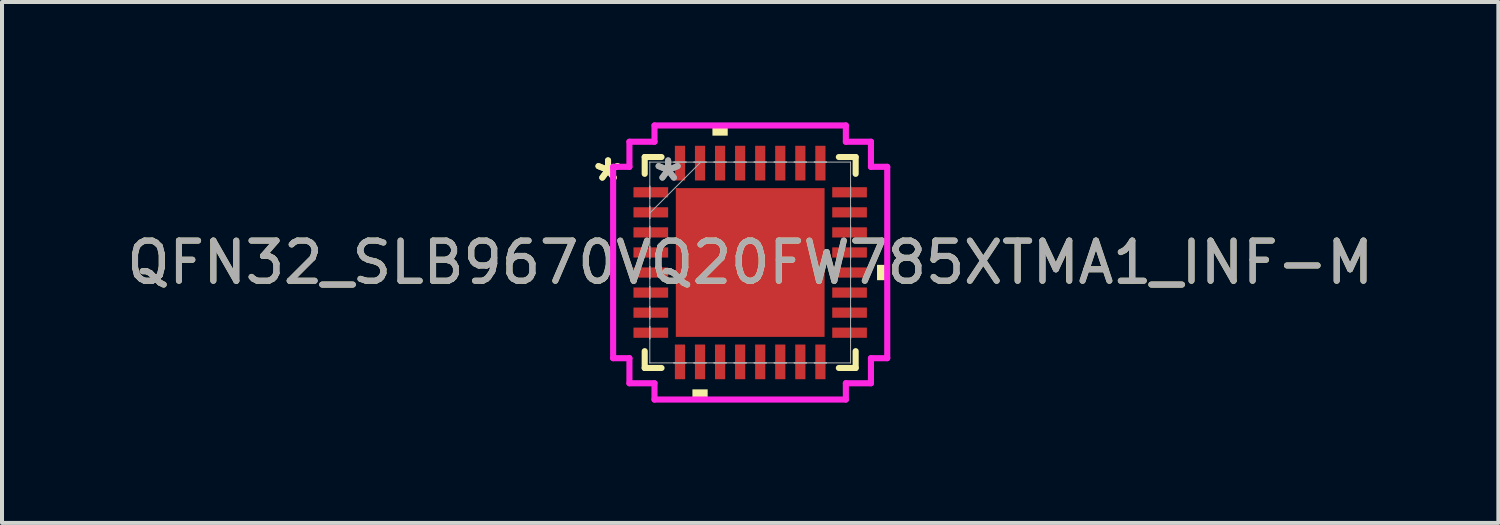
<source format=kicad_pcb>
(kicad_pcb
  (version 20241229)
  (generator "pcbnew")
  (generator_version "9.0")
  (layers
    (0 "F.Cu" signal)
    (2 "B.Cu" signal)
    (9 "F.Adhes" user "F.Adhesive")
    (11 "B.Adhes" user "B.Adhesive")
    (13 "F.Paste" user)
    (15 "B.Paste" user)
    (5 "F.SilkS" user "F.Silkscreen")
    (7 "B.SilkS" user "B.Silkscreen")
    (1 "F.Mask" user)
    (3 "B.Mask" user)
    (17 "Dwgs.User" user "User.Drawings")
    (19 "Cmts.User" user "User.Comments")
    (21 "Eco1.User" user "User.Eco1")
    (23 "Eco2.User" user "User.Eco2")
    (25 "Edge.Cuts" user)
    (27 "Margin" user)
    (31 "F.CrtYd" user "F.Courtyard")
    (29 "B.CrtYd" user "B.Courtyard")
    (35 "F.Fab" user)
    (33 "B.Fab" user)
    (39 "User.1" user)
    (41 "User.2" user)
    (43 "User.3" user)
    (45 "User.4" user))
  (footprint "QFN32_SLB9670VQ20FW785XTMA1_INF-M"
    (layer "F.Cu")
    (at 15.649 3.493)
    (property "Reference" "QFN32_SLB9670VQ20FW785XTMA1_INF-M" (at 0 0 0) (unlocked yes) (layer "F.SilkS") (effects (font (size 1 1) (thickness 0.15))))
    (attr smd)
    (fp_line (start -2.629 -2.629) (end -2.629 -2.21) (stroke (width 0.152) (type solid)) (layer "F.SilkS"))
    (fp_line (start -2.629 2.21) (end -2.629 2.629) (stroke (width 0.152) (type solid)) (layer "F.SilkS"))
    (fp_line (start -2.629 2.629) (end -2.21 2.629) (stroke (width 0.152) (type solid)) (layer "F.SilkS"))
    (fp_line (start -2.21 -2.629) (end -2.629 -2.629) (stroke (width 0.152) (type solid)) (layer "F.SilkS"))
    (fp_line (start 2.21 2.629) (end 2.629 2.629) (stroke (width 0.152) (type solid)) (layer "F.SilkS"))
    (fp_line (start 2.629 -2.629) (end 2.21 -2.629) (stroke (width 0.152) (type solid)) (layer "F.SilkS"))
    (fp_line (start 2.629 -2.21) (end 2.629 -2.629) (stroke (width 0.152) (type solid)) (layer "F.SilkS"))
    (fp_line (start 2.629 2.629) (end 2.629 2.21) (stroke (width 0.152) (type solid)) (layer "F.SilkS"))
    (fp_poly (pts (xy -1.44 3.162) (xy -1.44 3.416) (xy -1.06 3.416) (xy -1.06 3.162)) (stroke (width 0) (type solid)) (fill yes) (layer "F.SilkS"))
    (fp_poly (pts (xy -0.941 -3.162) (xy -0.941 -3.416) (xy -0.56 -3.416) (xy -0.56 -3.162)) (stroke (width 0) (type solid)) (fill yes) (layer "F.SilkS"))
    (fp_poly (pts (xy 3.416 0.059) (xy 3.416 0.441) (xy 3.162 0.441) (xy 3.162 0.059)) (stroke (width 0) (type solid)) (fill yes) (layer "F.SilkS"))
    (fp_poly (pts (xy -1.754 -1.754) (xy -1.754 -0.1) (xy -0.1 -0.1) (xy -0.1 -1.754)) (stroke (width 0) (type solid)) (fill yes) (layer "F.Paste"))
    (fp_poly (pts (xy -1.754 0.1) (xy -1.754 1.754) (xy -0.1 1.754) (xy -0.1 0.1)) (stroke (width 0) (type solid)) (fill yes) (layer "F.Paste"))
    (fp_poly (pts (xy 0.1 -1.754) (xy 0.1 -0.1) (xy 1.754 -0.1) (xy 1.754 -1.754)) (stroke (width 0) (type solid)) (fill yes) (layer "F.Paste"))
    (fp_poly (pts (xy 0.1 0.1) (xy 0.1 1.754) (xy 1.754 1.754) (xy 1.754 0.1)) (stroke (width 0) (type solid)) (fill yes) (layer "F.Paste"))
    (fp_line (start -3.416 -2.385) (end -3.01 -2.385) (stroke (width 0.152) (type solid)) (layer "F.CrtYd"))
    (fp_line (start -3.416 2.385) (end -3.416 -2.385) (stroke (width 0.152) (type solid)) (layer "F.CrtYd"))
    (fp_line (start -3.01 -3.01) (end -2.385 -3.01) (stroke (width 0.152) (type solid)) (layer "F.CrtYd"))
    (fp_line (start -3.01 -2.385) (end -3.01 -3.01) (stroke (width 0.152) (type solid)) (layer "F.CrtYd"))
    (fp_line (start -3.01 2.385) (end -3.416 2.385) (stroke (width 0.152) (type solid)) (layer "F.CrtYd"))
    (fp_line (start -3.01 3.01) (end -3.01 2.385) (stroke (width 0.152) (type solid)) (layer "F.CrtYd"))
    (fp_line (start -2.385 -3.416) (end 2.385 -3.416) (stroke (width 0.152) (type solid)) (layer "F.CrtYd"))
    (fp_line (start -2.385 -3.01) (end -2.385 -3.416) (stroke (width 0.152) (type solid)) (layer "F.CrtYd"))
    (fp_line (start -2.385 3.01) (end -3.01 3.01) (stroke (width 0.152) (type solid)) (layer "F.CrtYd"))
    (fp_line (start -2.385 3.416) (end -2.385 3.01) (stroke (width 0.152) (type solid)) (layer "F.CrtYd"))
    (fp_line (start 2.385 -3.416) (end 2.385 -3.01) (stroke (width 0.152) (type solid)) (layer "F.CrtYd"))
    (fp_line (start 2.385 -3.01) (end 3.01 -3.01) (stroke (width 0.152) (type solid)) (layer "F.CrtYd"))
    (fp_line (start 2.385 3.01) (end 2.385 3.416) (stroke (width 0.152) (type solid)) (layer "F.CrtYd"))
    (fp_line (start 2.385 3.416) (end -2.385 3.416) (stroke (width 0.152) (type solid)) (layer "F.CrtYd"))
    (fp_line (start 3.01 -3.01) (end 3.01 -2.385) (stroke (width 0.152) (type solid)) (layer "F.CrtYd"))
    (fp_line (start 3.01 -2.385) (end 3.416 -2.385) (stroke (width 0.152) (type solid)) (layer "F.CrtYd"))
    (fp_line (start 3.01 2.385) (end 3.01 3.01) (stroke (width 0.152) (type solid)) (layer "F.CrtYd"))
    (fp_line (start 3.01 3.01) (end 2.385 3.01) (stroke (width 0.152) (type solid)) (layer "F.CrtYd"))
    (fp_line (start 3.416 -2.385) (end 3.416 2.385) (stroke (width 0.152) (type solid)) (layer "F.CrtYd"))
    (fp_line (start 3.416 2.385) (end 3.01 2.385) (stroke (width 0.152) (type solid)) (layer "F.CrtYd"))
    (fp_line (start -2.502 -2.502) (end -2.502 -2.502) (stroke (width 0.025) (type solid)) (layer "F.Fab"))
    (fp_line (start -2.502 -2.502) (end -2.502 2.502) (stroke (width 0.025) (type solid)) (layer "F.Fab"))
    (fp_line (start -2.502 -1.902) (end -2.502 -1.902) (stroke (width 0.025) (type solid)) (layer "F.Fab"))
    (fp_line (start -2.502 -1.902) (end -2.502 -1.598) (stroke (width 0.025) (type solid)) (layer "F.Fab"))
    (fp_line (start -2.502 -1.598) (end -2.502 -1.902) (stroke (width 0.025) (type solid)) (layer "F.Fab"))
    (fp_line (start -2.502 -1.598) (end -2.502 -1.598) (stroke (width 0.025) (type solid)) (layer "F.Fab"))
    (fp_line (start -2.502 -1.402) (end -2.502 -1.402) (stroke (width 0.025) (type solid)) (layer "F.Fab"))
    (fp_line (start -2.502 -1.402) (end -2.502 -1.098) (stroke (width 0.025) (type solid)) (layer "F.Fab"))
    (fp_line (start -2.502 -1.232) (end -1.232 -2.502) (stroke (width 0.025) (type solid)) (layer "F.Fab"))
    (fp_line (start -2.502 -1.098) (end -2.502 -1.402) (stroke (width 0.025) (type solid)) (layer "F.Fab"))
    (fp_line (start -2.502 -1.098) (end -2.502 -1.098) (stroke (width 0.025) (type solid)) (layer "F.Fab"))
    (fp_line (start -2.502 -0.902) (end -2.502 -0.902) (stroke (width 0.025) (type solid)) (layer "F.Fab"))
    (fp_line (start -2.502 -0.902) (end -2.502 -0.598) (stroke (width 0.025) (type solid)) (layer "F.Fab"))
    (fp_line (start -2.502 -0.598) (end -2.502 -0.902) (stroke (width 0.025) (type solid)) (layer "F.Fab"))
    (fp_line (start -2.502 -0.598) (end -2.502 -0.598) (stroke (width 0.025) (type solid)) (layer "F.Fab"))
    (fp_line (start -2.502 -0.402) (end -2.502 -0.402) (stroke (width 0.025) (type solid)) (layer "F.Fab"))
    (fp_line (start -2.502 -0.402) (end -2.502 -0.098) (stroke (width 0.025) (type solid)) (layer "F.Fab"))
    (fp_line (start -2.502 -0.098) (end -2.502 -0.402) (stroke (width 0.025) (type solid)) (layer "F.Fab"))
    (fp_line (start -2.502 -0.098) (end -2.502 -0.098) (stroke (width 0.025) (type solid)) (layer "F.Fab"))
    (fp_line (start -2.502 0.098) (end -2.502 0.098) (stroke (width 0.025) (type solid)) (layer "F.Fab"))
    (fp_line (start -2.502 0.098) (end -2.502 0.402) (stroke (width 0.025) (type solid)) (layer "F.Fab"))
    (fp_line (start -2.502 0.402) (end -2.502 0.098) (stroke (width 0.025) (type solid)) (layer "F.Fab"))
    (fp_line (start -2.502 0.402) (end -2.502 0.402) (stroke (width 0.025) (type solid)) (layer "F.Fab"))
    (fp_line (start -2.502 0.598) (end -2.502 0.598) (stroke (width 0.025) (type solid)) (layer "F.Fab"))
    (fp_line (start -2.502 0.598) (end -2.502 0.902) (stroke (width 0.025) (type solid)) (layer "F.Fab"))
    (fp_line (start -2.502 0.902) (end -2.502 0.598) (stroke (width 0.025) (type solid)) (layer "F.Fab"))
    (fp_line (start -2.502 0.902) (end -2.502 0.902) (stroke (width 0.025) (type solid)) (layer "F.Fab"))
    (fp_line (start -2.502 1.098) (end -2.502 1.098) (stroke (width 0.025) (type solid)) (layer "F.Fab"))
    (fp_line (start -2.502 1.098) (end -2.502 1.402) (stroke (width 0.025) (type solid)) (layer "F.Fab"))
    (fp_line (start -2.502 1.402) (end -2.502 1.098) (stroke (width 0.025) (type solid)) (layer "F.Fab"))
    (fp_line (start -2.502 1.402) (end -2.502 1.402) (stroke (width 0.025) (type solid)) (layer "F.Fab"))
    (fp_line (start -2.502 1.598) (end -2.502 1.598) (stroke (width 0.025) (type solid)) (layer "F.Fab"))
    (fp_line (start -2.502 1.598) (end -2.502 1.902) (stroke (width 0.025) (type solid)) (layer "F.Fab"))
    (fp_line (start -2.502 1.902) (end -2.502 1.598) (stroke (width 0.025) (type solid)) (layer "F.Fab"))
    (fp_line (start -2.502 1.902) (end -2.502 1.902) (stroke (width 0.025) (type solid)) (layer "F.Fab"))
    (fp_line (start -2.502 2.502) (end -2.502 2.502) (stroke (width 0.025) (type solid)) (layer "F.Fab"))
    (fp_line (start -2.502 2.502) (end 2.502 2.502) (stroke (width 0.025) (type solid)) (layer "F.Fab"))
    (fp_line (start -1.902 -2.502) (end -1.902 -2.502) (stroke (width 0.025) (type solid)) (layer "F.Fab"))
    (fp_line (start -1.902 -2.502) (end -1.598 -2.502) (stroke (width 0.025) (type solid)) (layer "F.Fab"))
    (fp_line (start -1.902 2.502) (end -1.902 2.502) (stroke (width 0.025) (type solid)) (layer "F.Fab"))
    (fp_line (start -1.902 2.502) (end -1.598 2.502) (stroke (width 0.025) (type solid)) (layer "F.Fab"))
    (fp_line (start -1.598 -2.502) (end -1.902 -2.502) (stroke (width 0.025) (type solid)) (layer "F.Fab"))
    (fp_line (start -1.598 -2.502) (end -1.598 -2.502) (stroke (width 0.025) (type solid)) (layer "F.Fab"))
    (fp_line (start -1.598 2.502) (end -1.902 2.502) (stroke (width 0.025) (type solid)) (layer "F.Fab"))
    (fp_line (start -1.598 2.502) (end -1.598 2.502) (stroke (width 0.025) (type solid)) (layer "F.Fab"))
    (fp_line (start -1.402 -2.502) (end -1.402 -2.502) (stroke (width 0.025) (type solid)) (layer "F.Fab"))
    (fp_line (start -1.402 -2.502) (end -1.098 -2.502) (stroke (width 0.025) (type solid)) (layer "F.Fab"))
    (fp_line (start -1.402 2.502) (end -1.402 2.502) (stroke (width 0.025) (type solid)) (layer "F.Fab"))
    (fp_line (start -1.402 2.502) (end -1.098 2.502) (stroke (width 0.025) (type solid)) (layer "F.Fab"))
    (fp_line (start -1.098 -2.502) (end -1.402 -2.502) (stroke (width 0.025) (type solid)) (layer "F.Fab"))
    (fp_line (start -1.098 -2.502) (end -1.098 -2.502) (stroke (width 0.025) (type solid)) (layer "F.Fab"))
    (fp_line (start -1.098 2.502) (end -1.402 2.502) (stroke (width 0.025) (type solid)) (layer "F.Fab"))
    (fp_line (start -1.098 2.502) (end -1.098 2.502) (stroke (width 0.025) (type solid)) (layer "F.Fab"))
    (fp_line (start -0.902 -2.502) (end -0.902 -2.502) (stroke (width 0.025) (type solid)) (layer "F.Fab"))
    (fp_line (start -0.902 -2.502) (end -0.598 -2.502) (stroke (width 0.025) (type solid)) (layer "F.Fab"))
    (fp_line (start -0.902 2.502) (end -0.902 2.502) (stroke (width 0.025) (type solid)) (layer "F.Fab"))
    (fp_line (start -0.902 2.502) (end -0.598 2.502) (stroke (width 0.025) (type solid)) (layer "F.Fab"))
    (fp_line (start -0.598 -2.502) (end -0.902 -2.502) (stroke (width 0.025) (type solid)) (layer "F.Fab"))
    (fp_line (start -0.598 -2.502) (end -0.598 -2.502) (stroke (width 0.025) (type solid)) (layer "F.Fab"))
    (fp_line (start -0.598 2.502) (end -0.902 2.502) (stroke (width 0.025) (type solid)) (layer "F.Fab"))
    (fp_line (start -0.598 2.502) (end -0.598 2.502) (stroke (width 0.025) (type solid)) (layer "F.Fab"))
    (fp_line (start -0.402 -2.502) (end -0.402 -2.502) (stroke (width 0.025) (type solid)) (layer "F.Fab"))
    (fp_line (start -0.402 -2.502) (end -0.098 -2.502) (stroke (width 0.025) (type solid)) (layer "F.Fab"))
    (fp_line (start -0.402 2.502) (end -0.402 2.502) (stroke (width 0.025) (type solid)) (layer "F.Fab"))
    (fp_line (start -0.402 2.502) (end -0.098 2.502) (stroke (width 0.025) (type solid)) (layer "F.Fab"))
    (fp_line (start -0.098 -2.502) (end -0.402 -2.502) (stroke (width 0.025) (type solid)) (layer "F.Fab"))
    (fp_line (start -0.098 -2.502) (end -0.098 -2.502) (stroke (width 0.025) (type solid)) (layer "F.Fab"))
    (fp_line (start -0.098 2.502) (end -0.402 2.502) (stroke (width 0.025) (type solid)) (layer "F.Fab"))
    (fp_line (start -0.098 2.502) (end -0.098 2.502) (stroke (width 0.025) (type solid)) (layer "F.Fab"))
    (fp_line (start 0.098 -2.502) (end 0.098 -2.502) (stroke (width 0.025) (type solid)) (layer "F.Fab"))
    (fp_line (start 0.098 -2.502) (end 0.402 -2.502) (stroke (width 0.025) (type solid)) (layer "F.Fab"))
    (fp_line (start 0.098 2.502) (end 0.098 2.502) (stroke (width 0.025) (type solid)) (layer "F.Fab"))
    (fp_line (start 0.098 2.502) (end 0.402 2.502) (stroke (width 0.025) (type solid)) (layer "F.Fab"))
    (fp_line (start 0.402 -2.502) (end 0.098 -2.502) (stroke (width 0.025) (type solid)) (layer "F.Fab"))
    (fp_line (start 0.402 -2.502) (end 0.402 -2.502) (stroke (width 0.025) (type solid)) (layer "F.Fab"))
    (fp_line (start 0.402 2.502) (end 0.098 2.502) (stroke (width 0.025) (type solid)) (layer "F.Fab"))
    (fp_line (start 0.402 2.502) (end 0.402 2.502) (stroke (width 0.025) (type solid)) (layer "F.Fab"))
    (fp_line (start 0.598 -2.502) (end 0.598 -2.502) (stroke (width 0.025) (type solid)) (layer "F.Fab"))
    (fp_line (start 0.598 -2.502) (end 0.902 -2.502) (stroke (width 0.025) (type solid)) (layer "F.Fab"))
    (fp_line (start 0.598 2.502) (end 0.598 2.502) (stroke (width 0.025) (type solid)) (layer "F.Fab"))
    (fp_line (start 0.598 2.502) (end 0.902 2.502) (stroke (width 0.025) (type solid)) (layer "F.Fab"))
    (fp_line (start 0.902 -2.502) (end 0.598 -2.502) (stroke (width 0.025) (type solid)) (layer "F.Fab"))
    (fp_line (start 0.902 -2.502) (end 0.902 -2.502) (stroke (width 0.025) (type solid)) (layer "F.Fab"))
    (fp_line (start 0.902 2.502) (end 0.598 2.502) (stroke (width 0.025) (type solid)) (layer "F.Fab"))
    (fp_line (start 0.902 2.502) (end 0.902 2.502) (stroke (width 0.025) (type solid)) (layer "F.Fab"))
    (fp_line (start 1.098 -2.502) (end 1.098 -2.502) (stroke (width 0.025) (type solid)) (layer "F.Fab"))
    (fp_line (start 1.098 -2.502) (end 1.402 -2.502) (stroke (width 0.025) (type solid)) (layer "F.Fab"))
    (fp_line (start 1.098 2.502) (end 1.098 2.502) (stroke (width 0.025) (type solid)) (layer "F.Fab"))
    (fp_line (start 1.098 2.502) (end 1.402 2.502) (stroke (width 0.025) (type solid)) (layer "F.Fab"))
    (fp_line (start 1.402 -2.502) (end 1.098 -2.502) (stroke (width 0.025) (type solid)) (layer "F.Fab"))
    (fp_line (start 1.402 -2.502) (end 1.402 -2.502) (stroke (width 0.025) (type solid)) (layer "F.Fab"))
    (fp_line (start 1.402 2.502) (end 1.098 2.502) (stroke (width 0.025) (type solid)) (layer "F.Fab"))
    (fp_line (start 1.402 2.502) (end 1.402 2.502) (stroke (width 0.025) (type solid)) (layer "F.Fab"))
    (fp_line (start 1.598 -2.502) (end 1.598 -2.502) (stroke (width 0.025) (type solid)) (layer "F.Fab"))
    (fp_line (start 1.598 -2.502) (end 1.902 -2.502) (stroke (width 0.025) (type solid)) (layer "F.Fab"))
    (fp_line (start 1.598 2.502) (end 1.598 2.502) (stroke (width 0.025) (type solid)) (layer "F.Fab"))
    (fp_line (start 1.598 2.502) (end 1.902 2.502) (stroke (width 0.025) (type solid)) (layer "F.Fab"))
    (fp_line (start 1.902 -2.502) (end 1.598 -2.502) (stroke (width 0.025) (type solid)) (layer "F.Fab"))
    (fp_line (start 1.902 -2.502) (end 1.902 -2.502) (stroke (width 0.025) (type solid)) (layer "F.Fab"))
    (fp_line (start 1.902 2.502) (end 1.598 2.502) (stroke (width 0.025) (type solid)) (layer "F.Fab"))
    (fp_line (start 1.902 2.502) (end 1.902 2.502) (stroke (width 0.025) (type solid)) (layer "F.Fab"))
    (fp_line (start 2.502 -2.502) (end -2.502 -2.502) (stroke (width 0.025) (type solid)) (layer "F.Fab"))
    (fp_line (start 2.502 -2.502) (end 2.502 -2.502) (stroke (width 0.025) (type solid)) (layer "F.Fab"))
    (fp_line (start 2.502 -1.902) (end 2.502 -1.902) (stroke (width 0.025) (type solid)) (layer "F.Fab"))
    (fp_line (start 2.502 -1.902) (end 2.502 -1.598) (stroke (width 0.025) (type solid)) (layer "F.Fab"))
    (fp_line (start 2.502 -1.598) (end 2.502 -1.902) (stroke (width 0.025) (type solid)) (layer "F.Fab"))
    (fp_line (start 2.502 -1.598) (end 2.502 -1.598) (stroke (width 0.025) (type solid)) (layer "F.Fab"))
    (fp_line (start 2.502 -1.402) (end 2.502 -1.402) (stroke (width 0.025) (type solid)) (layer "F.Fab"))
    (fp_line (start 2.502 -1.402) (end 2.502 -1.098) (stroke (width 0.025) (type solid)) (layer "F.Fab"))
    (fp_line (start 2.502 -1.098) (end 2.502 -1.402) (stroke (width 0.025) (type solid)) (layer "F.Fab"))
    (fp_line (start 2.502 -1.098) (end 2.502 -1.098) (stroke (width 0.025) (type solid)) (layer "F.Fab"))
    (fp_line (start 2.502 -0.902) (end 2.502 -0.902) (stroke (width 0.025) (type solid)) (layer "F.Fab"))
    (fp_line (start 2.502 -0.902) (end 2.502 -0.598) (stroke (width 0.025) (type solid)) (layer "F.Fab"))
    (fp_line (start 2.502 -0.598) (end 2.502 -0.902) (stroke (width 0.025) (type solid)) (layer "F.Fab"))
    (fp_line (start 2.502 -0.598) (end 2.502 -0.598) (stroke (width 0.025) (type solid)) (layer "F.Fab"))
    (fp_line (start 2.502 -0.402) (end 2.502 -0.402) (stroke (width 0.025) (type solid)) (layer "F.Fab"))
    (fp_line (start 2.502 -0.402) (end 2.502 -0.098) (stroke (width 0.025) (type solid)) (layer "F.Fab"))
    (fp_line (start 2.502 -0.098) (end 2.502 -0.402) (stroke (width 0.025) (type solid)) (layer "F.Fab"))
    (fp_line (start 2.502 -0.098) (end 2.502 -0.098) (stroke (width 0.025) (type solid)) (layer "F.Fab"))
    (fp_line (start 2.502 0.098) (end 2.502 0.098) (stroke (width 0.025) (type solid)) (layer "F.Fab"))
    (fp_line (start 2.502 0.098) (end 2.502 0.402) (stroke (width 0.025) (type solid)) (layer "F.Fab"))
    (fp_line (start 2.502 0.402) (end 2.502 0.098) (stroke (width 0.025) (type solid)) (layer "F.Fab"))
    (fp_line (start 2.502 0.402) (end 2.502 0.402) (stroke (width 0.025) (type solid)) (layer "F.Fab"))
    (fp_line (start 2.502 0.598) (end 2.502 0.598) (stroke (width 0.025) (type solid)) (layer "F.Fab"))
    (fp_line (start 2.502 0.598) (end 2.502 0.902) (stroke (width 0.025) (type solid)) (layer "F.Fab"))
    (fp_line (start 2.502 0.902) (end 2.502 0.598) (stroke (width 0.025) (type solid)) (layer "F.Fab"))
    (fp_line (start 2.502 0.902) (end 2.502 0.902) (stroke (width 0.025) (type solid)) (layer "F.Fab"))
    (fp_line (start 2.502 1.098) (end 2.502 1.098) (stroke (width 0.025) (type solid)) (layer "F.Fab"))
    (fp_line (start 2.502 1.098) (end 2.502 1.402) (stroke (width 0.025) (type solid)) (layer "F.Fab"))
    (fp_line (start 2.502 1.402) (end 2.502 1.098) (stroke (width 0.025) (type solid)) (layer "F.Fab"))
    (fp_line (start 2.502 1.402) (end 2.502 1.402) (stroke (width 0.025) (type solid)) (layer "F.Fab"))
    (fp_line (start 2.502 1.598) (end 2.502 1.598) (stroke (width 0.025) (type solid)) (layer "F.Fab"))
    (fp_line (start 2.502 1.598) (end 2.502 1.902) (stroke (width 0.025) (type solid)) (layer "F.Fab"))
    (fp_line (start 2.502 1.902) (end 2.502 1.598) (stroke (width 0.025) (type solid)) (layer "F.Fab"))
    (fp_line (start 2.502 1.902) (end 2.502 1.902) (stroke (width 0.025) (type solid)) (layer "F.Fab"))
    (fp_line (start 2.502 2.502) (end 2.502 -2.502) (stroke (width 0.025) (type solid)) (layer "F.Fab"))
    (fp_line (start 2.502 2.502) (end 2.502 2.502) (stroke (width 0.025) (type solid)) (layer "F.Fab"))
    (fp_text user "*" (at -3.543 -2 0) (layer "F.SilkS") (effects (font (size 1 1) (thickness 0.15))))
    (fp_text user "*" (at -3.543 -2 0) (unlocked yes) (layer "F.SilkS") (effects (font (size 1 1) (thickness 0.15))))
    (fp_text user "${REFERENCE}" (at 0 0 0) (unlocked yes) (layer "F.Fab") (effects (font (size 1 1) (thickness 0.15))))
    (fp_text user "*" (at -2.045 -2 0) (layer "F.Fab") (effects (font (size 1 1) (thickness 0.15))))
    (fp_text user "*" (at -2.045 -2 0) (unlocked yes) (layer "F.Fab") (effects (font (size 1 1) (thickness 0.15))))
    (pad "1" smd rect (at -2.477 -1.75 90) (size 0.254 0.864) (layers "F.Cu" "F.Mask" "F.Paste"))
    (pad "2" smd rect (at -2.477 -1.25 90) (size 0.254 0.864) (layers "F.Cu" "F.Mask" "F.Paste"))
    (pad "3" smd rect (at -2.477 -0.75 90) (size 0.254 0.864) (layers "F.Cu" "F.Mask" "F.Paste"))
    (pad "4" smd rect (at -2.477 -0.25 90) (size 0.254 0.864) (layers "F.Cu" "F.Mask" "F.Paste"))
    (pad "5" smd rect (at -2.477 0.25 90) (size 0.254 0.864) (layers "F.Cu" "F.Mask" "F.Paste"))
    (pad "6" smd rect (at -2.477 0.75 90) (size 0.254 0.864) (layers "F.Cu" "F.Mask" "F.Paste"))
    (pad "7" smd rect (at -2.477 1.25 90) (size 0.254 0.864) (layers "F.Cu" "F.Mask" "F.Paste"))
    (pad "8" smd rect (at -2.477 1.75 90) (size 0.254 0.864) (layers "F.Cu" "F.Mask" "F.Paste"))
    (pad "9" smd rect (at -1.75 2.477) (size 0.254 0.864) (layers "F.Cu" "F.Mask" "F.Paste"))
    (pad "10" smd rect (at -1.25 2.477) (size 0.254 0.864) (layers "F.Cu" "F.Mask" "F.Paste"))
    (pad "11" smd rect (at -0.75 2.477) (size 0.254 0.864) (layers "F.Cu" "F.Mask" "F.Paste"))
    (pad "12" smd rect (at -0.25 2.477) (size 0.254 0.864) (layers "F.Cu" "F.Mask" "F.Paste"))
    (pad "13" smd rect (at 0.25 2.477) (size 0.254 0.864) (layers "F.Cu" "F.Mask" "F.Paste"))
    (pad "14" smd rect (at 0.75 2.477) (size 0.254 0.864) (layers "F.Cu" "F.Mask" "F.Paste"))
    (pad "15" smd rect (at 1.25 2.477) (size 0.254 0.864) (layers "F.Cu" "F.Mask" "F.Paste"))
    (pad "16" smd rect (at 1.75 2.477) (size 0.254 0.864) (layers "F.Cu" "F.Mask" "F.Paste"))
    (pad "17" smd rect (at 2.477 1.75 90) (size 0.254 0.864) (layers "F.Cu" "F.Mask" "F.Paste"))
    (pad "18" smd rect (at 2.477 1.25 90) (size 0.254 0.864) (layers "F.Cu" "F.Mask" "F.Paste"))
    (pad "19" smd rect (at 2.477 0.75 90) (size 0.254 0.864) (layers "F.Cu" "F.Mask" "F.Paste"))
    (pad "20" smd rect (at 2.477 0.25 90) (size 0.254 0.864) (layers "F.Cu" "F.Mask" "F.Paste"))
    (pad "21" smd rect (at 2.477 -0.25 90) (size 0.254 0.864) (layers "F.Cu" "F.Mask" "F.Paste"))
    (pad "22" smd rect (at 2.477 -0.75 90) (size 0.254 0.864) (layers "F.Cu" "F.Mask" "F.Paste"))
    (pad "23" smd rect (at 2.477 -1.25 90) (size 0.254 0.864) (layers "F.Cu" "F.Mask" "F.Paste"))
    (pad "24" smd rect (at 2.477 -1.75 90) (size 0.254 0.864) (layers "F.Cu" "F.Mask" "F.Paste"))
    (pad "25" smd rect (at 1.75 -2.477) (size 0.254 0.864) (layers "F.Cu" "F.Mask" "F.Paste"))
    (pad "26" smd rect (at 1.25 -2.477) (size 0.254 0.864) (layers "F.Cu" "F.Mask" "F.Paste"))
    (pad "27" smd rect (at 0.75 -2.477) (size 0.254 0.864) (layers "F.Cu" "F.Mask" "F.Paste"))
    (pad "28" smd rect (at 0.25 -2.477) (size 0.254 0.864) (layers "F.Cu" "F.Mask" "F.Paste"))
    (pad "29" smd rect (at -0.25 -2.477) (size 0.254 0.864) (layers "F.Cu" "F.Mask" "F.Paste"))
    (pad "30" smd rect (at -0.75 -2.477) (size 0.254 0.864) (layers "F.Cu" "F.Mask" "F.Paste"))
    (pad "31" smd rect (at -1.25 -2.477) (size 0.254 0.864) (layers "F.Cu" "F.Mask" "F.Paste"))
    (pad "32" smd rect (at -1.75 -2.477) (size 0.254 0.864) (layers "F.Cu" "F.Mask" "F.Paste"))
    (pad "33" smd rect (at 0 0) (size 3.708 3.708) (layers "F.Cu" "F.Mask")))
  (gr_rect
    (start -3 -3)
    (end 34.298 9.985)
    (stroke (width 0.1) (type default))
    (fill no)
    (layer "Edge.Cuts")))
</source>
